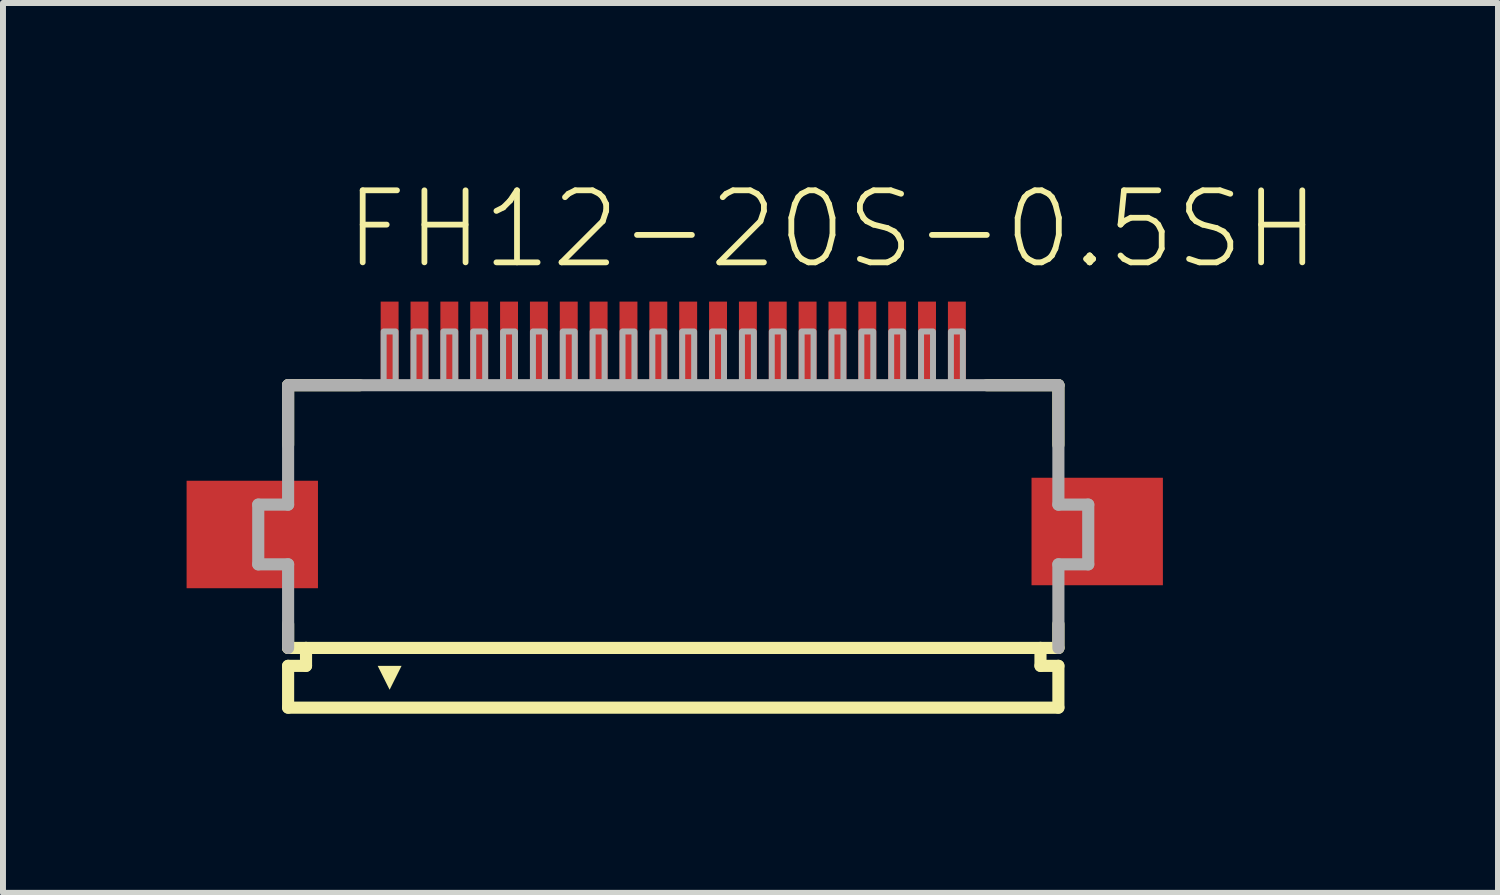
<source format=kicad_pcb>
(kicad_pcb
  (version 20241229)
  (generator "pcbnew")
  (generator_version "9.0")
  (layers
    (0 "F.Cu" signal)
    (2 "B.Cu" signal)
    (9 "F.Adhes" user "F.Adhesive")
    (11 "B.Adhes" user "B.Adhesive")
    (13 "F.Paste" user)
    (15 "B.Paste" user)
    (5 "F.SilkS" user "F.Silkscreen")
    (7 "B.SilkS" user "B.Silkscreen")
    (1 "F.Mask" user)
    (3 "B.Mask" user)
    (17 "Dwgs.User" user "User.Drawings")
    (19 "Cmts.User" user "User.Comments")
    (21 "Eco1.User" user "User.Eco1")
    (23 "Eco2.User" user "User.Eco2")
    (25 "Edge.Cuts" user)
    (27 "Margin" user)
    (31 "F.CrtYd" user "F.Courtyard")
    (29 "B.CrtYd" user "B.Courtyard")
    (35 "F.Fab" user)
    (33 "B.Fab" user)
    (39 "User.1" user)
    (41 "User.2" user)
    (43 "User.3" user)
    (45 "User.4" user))
  (footprint "FH12-20S-0.5SH"
    (layer "F.Cu")
    (at 8.225 5.901)
    (property "Reference" "FH12-20S-0.5SH" (at -5.552 -4.405 180) (layer "F.SilkS") (effects (font (size 1.206 1.206) (thickness 0.097)) (justify left bottom)))
    (attr through_hole)
    (fp_poly (pts (xy -8.15 -0.9) (xy -8.15 0.9) (xy -5.95 0.9) (xy -5.95 -0.9)) (stroke (width 0) (type solid)) (fill yes) (layer "F.Cu"))
    (fp_poly (pts (xy 6 -0.95) (xy 6 0.85) (xy 8.2 0.85) (xy 8.2 -0.95)) (stroke (width 0) (type solid)) (fill yes) (layer "F.Cu"))
    (fp_poly (pts (xy -8.225 -0.95) (xy -8.225 0.95) (xy -5.875 0.95) (xy -5.875 -0.95)) (stroke (width 0) (type solid)) (fill yes) (layer "F.Mask"))
    (fp_poly (pts (xy -4.95 -2.55) (xy -4.55 -2.55) (xy -4.55 -3.95) (xy -4.95 -3.95)) (stroke (width 0) (type solid)) (fill yes) (layer "F.Mask"))
    (fp_poly (pts (xy -4.45 -2.55) (xy -4.05 -2.55) (xy -4.05 -3.95) (xy -4.45 -3.95)) (stroke (width 0) (type solid)) (fill yes) (layer "F.Mask"))
    (fp_poly (pts (xy -3.95 -2.55) (xy -3.55 -2.55) (xy -3.55 -3.95) (xy -3.95 -3.95)) (stroke (width 0) (type solid)) (fill yes) (layer "F.Mask"))
    (fp_poly (pts (xy -3.45 -2.55) (xy -3.05 -2.55) (xy -3.05 -3.95) (xy -3.45 -3.95)) (stroke (width 0) (type solid)) (fill yes) (layer "F.Mask"))
    (fp_poly (pts (xy -2.95 -2.55) (xy -2.55 -2.55) (xy -2.55 -3.95) (xy -2.95 -3.95)) (stroke (width 0) (type solid)) (fill yes) (layer "F.Mask"))
    (fp_poly (pts (xy -2.45 -2.55) (xy -2.05 -2.55) (xy -2.05 -3.95) (xy -2.45 -3.95)) (stroke (width 0) (type solid)) (fill yes) (layer "F.Mask"))
    (fp_poly (pts (xy -1.95 -2.55) (xy -1.55 -2.55) (xy -1.55 -3.95) (xy -1.95 -3.95)) (stroke (width 0) (type solid)) (fill yes) (layer "F.Mask"))
    (fp_poly (pts (xy -1.45 -2.55) (xy -1.05 -2.55) (xy -1.05 -3.95) (xy -1.45 -3.95)) (stroke (width 0) (type solid)) (fill yes) (layer "F.Mask"))
    (fp_poly (pts (xy -0.95 -2.55) (xy -0.55 -2.55) (xy -0.55 -3.95) (xy -0.95 -3.95)) (stroke (width 0) (type solid)) (fill yes) (layer "F.Mask"))
    (fp_poly (pts (xy -0.45 -2.55) (xy -0.05 -2.55) (xy -0.05 -3.95) (xy -0.45 -3.95)) (stroke (width 0) (type solid)) (fill yes) (layer "F.Mask"))
    (fp_poly (pts (xy 0.05 -2.55) (xy 0.45 -2.55) (xy 0.45 -3.95) (xy 0.05 -3.95)) (stroke (width 0) (type solid)) (fill yes) (layer "F.Mask"))
    (fp_poly (pts (xy 0.55 -2.55) (xy 0.95 -2.55) (xy 0.95 -3.95) (xy 0.55 -3.95)) (stroke (width 0) (type solid)) (fill yes) (layer "F.Mask"))
    (fp_poly (pts (xy 1.05 -2.55) (xy 1.45 -2.55) (xy 1.45 -3.95) (xy 1.05 -3.95)) (stroke (width 0) (type solid)) (fill yes) (layer "F.Mask"))
    (fp_poly (pts (xy 1.55 -2.55) (xy 1.95 -2.55) (xy 1.95 -3.95) (xy 1.55 -3.95)) (stroke (width 0) (type solid)) (fill yes) (layer "F.Mask"))
    (fp_poly (pts (xy 2.05 -2.55) (xy 2.45 -2.55) (xy 2.45 -3.95) (xy 2.05 -3.95)) (stroke (width 0) (type solid)) (fill yes) (layer "F.Mask"))
    (fp_poly (pts (xy 2.55 -2.55) (xy 2.95 -2.55) (xy 2.95 -3.95) (xy 2.55 -3.95)) (stroke (width 0) (type solid)) (fill yes) (layer "F.Mask"))
    (fp_poly (pts (xy 3.05 -2.55) (xy 3.45 -2.55) (xy 3.45 -3.95) (xy 3.05 -3.95)) (stroke (width 0) (type solid)) (fill yes) (layer "F.Mask"))
    (fp_poly (pts (xy 3.55 -2.55) (xy 3.95 -2.55) (xy 3.95 -3.95) (xy 3.55 -3.95)) (stroke (width 0) (type solid)) (fill yes) (layer "F.Mask"))
    (fp_poly (pts (xy 4.05 -2.55) (xy 4.45 -2.55) (xy 4.45 -3.95) (xy 4.05 -3.95)) (stroke (width 0) (type solid)) (fill yes) (layer "F.Mask"))
    (fp_poly (pts (xy 4.55 -2.55) (xy 4.95 -2.55) (xy 4.95 -3.95) (xy 4.55 -3.95)) (stroke (width 0) (type solid)) (fill yes) (layer "F.Mask"))
    (fp_poly (pts (xy 5.925 -1) (xy 5.925 0.9) (xy 8.275 0.9) (xy 8.275 -1)) (stroke (width 0) (type solid)) (fill yes) (layer "F.Mask"))
    (fp_line (start -6.45 -2.5) (end -6.45 -1.5) (stroke (width 0.203) (type solid)) (layer "F.SilkS"))
    (fp_line (start -6.45 1.5) (end -6.45 1.9) (stroke (width 0.203) (type solid)) (layer "F.SilkS"))
    (fp_line (start -6.45 1.9) (end -6.15 1.9) (stroke (width 0.203) (type solid)) (layer "F.SilkS"))
    (fp_line (start -6.45 2.2) (end -6.45 2.9) (stroke (width 0.203) (type solid)) (layer "F.SilkS"))
    (fp_line (start -6.15 1.9) (end -6.15 2.2) (stroke (width 0.203) (type solid)) (layer "F.SilkS"))
    (fp_line (start -6.15 2.2) (end -6.45 2.2) (stroke (width 0.203) (type solid)) (layer "F.SilkS"))
    (fp_line (start -5.25 -2.5) (end -6.45 -2.5) (stroke (width 0.203) (type solid)) (layer "F.SilkS"))
    (fp_line (start 6.15 1.9) (end -6.15 1.9) (stroke (width 0.203) (type solid)) (layer "F.SilkS"))
    (fp_line (start 6.15 1.9) (end 6.45 1.9) (stroke (width 0.203) (type solid)) (layer "F.SilkS"))
    (fp_line (start 6.15 2.2) (end 6.15 1.9) (stroke (width 0.203) (type solid)) (layer "F.SilkS"))
    (fp_line (start 6.45 -2.5) (end 5.25 -2.5) (stroke (width 0.203) (type solid)) (layer "F.SilkS"))
    (fp_line (start 6.45 -1.5) (end 6.45 -2.5) (stroke (width 0.203) (type solid)) (layer "F.SilkS"))
    (fp_line (start 6.45 1.9) (end 6.45 1.5) (stroke (width 0.203) (type solid)) (layer "F.SilkS"))
    (fp_line (start 6.45 2.2) (end 6.15 2.2) (stroke (width 0.203) (type solid)) (layer "F.SilkS"))
    (fp_line (start 6.45 2.9) (end -6.45 2.9) (stroke (width 0.203) (type solid)) (layer "F.SilkS"))
    (fp_line (start 6.45 2.9) (end 6.45 2.2) (stroke (width 0.203) (type solid)) (layer "F.SilkS"))
    (fp_poly (pts (xy -4.95 2.2) (xy -4.75 2.6) (xy -4.55 2.2)) (stroke (width 0) (type solid)) (fill yes) (layer "F.SilkS"))
    (fp_poly (pts (xy -8.075 -0.825) (xy -8.075 0.825) (xy -6.025 0.825) (xy -6.025 -0.825)) (stroke (width 0) (type solid)) (fill yes) (layer "F.Paste"))
    (fp_poly (pts (xy -4.875 -2.625) (xy -4.625 -2.625) (xy -4.625 -3.875) (xy -4.875 -3.875)) (stroke (width 0) (type solid)) (fill yes) (layer "F.Paste"))
    (fp_poly (pts (xy -4.375 -2.625) (xy -4.125 -2.625) (xy -4.125 -3.875) (xy -4.375 -3.875)) (stroke (width 0) (type solid)) (fill yes) (layer "F.Paste"))
    (fp_poly (pts (xy -3.875 -2.625) (xy -3.625 -2.625) (xy -3.625 -3.875) (xy -3.875 -3.875)) (stroke (width 0) (type solid)) (fill yes) (layer "F.Paste"))
    (fp_poly (pts (xy -3.375 -2.625) (xy -3.125 -2.625) (xy -3.125 -3.875) (xy -3.375 -3.875)) (stroke (width 0) (type solid)) (fill yes) (layer "F.Paste"))
    (fp_poly (pts (xy -2.875 -2.625) (xy -2.625 -2.625) (xy -2.625 -3.875) (xy -2.875 -3.875)) (stroke (width 0) (type solid)) (fill yes) (layer "F.Paste"))
    (fp_poly (pts (xy -2.375 -2.625) (xy -2.125 -2.625) (xy -2.125 -3.875) (xy -2.375 -3.875)) (stroke (width 0) (type solid)) (fill yes) (layer "F.Paste"))
    (fp_poly (pts (xy -1.875 -2.625) (xy -1.625 -2.625) (xy -1.625 -3.875) (xy -1.875 -3.875)) (stroke (width 0) (type solid)) (fill yes) (layer "F.Paste"))
    (fp_poly (pts (xy -1.375 -2.625) (xy -1.125 -2.625) (xy -1.125 -3.875) (xy -1.375 -3.875)) (stroke (width 0) (type solid)) (fill yes) (layer "F.Paste"))
    (fp_poly (pts (xy -0.875 -2.625) (xy -0.625 -2.625) (xy -0.625 -3.875) (xy -0.875 -3.875)) (stroke (width 0) (type solid)) (fill yes) (layer "F.Paste"))
    (fp_poly (pts (xy -0.375 -2.625) (xy -0.125 -2.625) (xy -0.125 -3.875) (xy -0.375 -3.875)) (stroke (width 0) (type solid)) (fill yes) (layer "F.Paste"))
    (fp_poly (pts (xy 0.125 -2.625) (xy 0.375 -2.625) (xy 0.375 -3.875) (xy 0.125 -3.875)) (stroke (width 0) (type solid)) (fill yes) (layer "F.Paste"))
    (fp_poly (pts (xy 0.625 -2.625) (xy 0.875 -2.625) (xy 0.875 -3.875) (xy 0.625 -3.875)) (stroke (width 0) (type solid)) (fill yes) (layer "F.Paste"))
    (fp_poly (pts (xy 1.125 -2.625) (xy 1.375 -2.625) (xy 1.375 -3.875) (xy 1.125 -3.875)) (stroke (width 0) (type solid)) (fill yes) (layer "F.Paste"))
    (fp_poly (pts (xy 1.625 -2.625) (xy 1.875 -2.625) (xy 1.875 -3.875) (xy 1.625 -3.875)) (stroke (width 0) (type solid)) (fill yes) (layer "F.Paste"))
    (fp_poly (pts (xy 2.125 -2.625) (xy 2.375 -2.625) (xy 2.375 -3.875) (xy 2.125 -3.875)) (stroke (width 0) (type solid)) (fill yes) (layer "F.Paste"))
    (fp_poly (pts (xy 2.625 -2.625) (xy 2.875 -2.625) (xy 2.875 -3.875) (xy 2.625 -3.875)) (stroke (width 0) (type solid)) (fill yes) (layer "F.Paste"))
    (fp_poly (pts (xy 3.125 -2.625) (xy 3.375 -2.625) (xy 3.375 -3.875) (xy 3.125 -3.875)) (stroke (width 0) (type solid)) (fill yes) (layer "F.Paste"))
    (fp_poly (pts (xy 3.625 -2.625) (xy 3.875 -2.625) (xy 3.875 -3.875) (xy 3.625 -3.875)) (stroke (width 0) (type solid)) (fill yes) (layer "F.Paste"))
    (fp_poly (pts (xy 4.125 -2.625) (xy 4.375 -2.625) (xy 4.375 -3.875) (xy 4.125 -3.875)) (stroke (width 0) (type solid)) (fill yes) (layer "F.Paste"))
    (fp_poly (pts (xy 4.625 -2.625) (xy 4.875 -2.625) (xy 4.875 -3.875) (xy 4.625 -3.875)) (stroke (width 0) (type solid)) (fill yes) (layer "F.Paste"))
    (fp_poly (pts (xy 6.075 -0.875) (xy 6.075 0.775) (xy 8.125 0.775) (xy 8.125 -0.875)) (stroke (width 0) (type solid)) (fill yes) (layer "F.Paste"))
    (fp_line (start -6.95 -0.5) (end -6.95 0.5) (stroke (width 0.203) (type solid)) (layer "F.Fab"))
    (fp_line (start -6.95 0.5) (end -6.45 0.5) (stroke (width 0.203) (type solid)) (layer "F.Fab"))
    (fp_line (start -6.45 -2.5) (end -6.45 -0.5) (stroke (width 0.203) (type solid)) (layer "F.Fab"))
    (fp_line (start -6.45 -0.5) (end -6.95 -0.5) (stroke (width 0.203) (type solid)) (layer "F.Fab"))
    (fp_line (start -6.45 0.5) (end -6.45 1.9) (stroke (width 0.203) (type solid)) (layer "F.Fab"))
    (fp_line (start 6.45 -2.5) (end -6.45 -2.5) (stroke (width 0.203) (type solid)) (layer "F.Fab"))
    (fp_line (start 6.45 -0.5) (end 6.45 -2.5) (stroke (width 0.203) (type solid)) (layer "F.Fab"))
    (fp_line (start 6.45 0.5) (end 6.95 0.5) (stroke (width 0.203) (type solid)) (layer "F.Fab"))
    (fp_line (start 6.45 1.9) (end 6.45 0.5) (stroke (width 0.203) (type solid)) (layer "F.Fab"))
    (fp_line (start 6.95 -0.5) (end 6.45 -0.5) (stroke (width 0.203) (type solid)) (layer "F.Fab"))
    (fp_line (start 6.95 0.5) (end 6.95 -0.5) (stroke (width 0.203) (type solid)) (layer "F.Fab"))
    (fp_poly (pts (xy -4.85 -2.55) (xy -4.65 -2.55) (xy -4.65 -3.4) (xy -4.85 -3.4)) (stroke (width 0.1) (type solid)) (fill no) (layer "F.Fab"))
    (fp_poly (pts (xy -4.35 -2.55) (xy -4.15 -2.55) (xy -4.15 -3.4) (xy -4.35 -3.4)) (stroke (width 0.1) (type solid)) (fill no) (layer "F.Fab"))
    (fp_poly (pts (xy -3.85 -2.55) (xy -3.65 -2.55) (xy -3.65 -3.4) (xy -3.85 -3.4)) (stroke (width 0.1) (type solid)) (fill no) (layer "F.Fab"))
    (fp_poly (pts (xy -3.35 -2.55) (xy -3.15 -2.55) (xy -3.15 -3.4) (xy -3.35 -3.4)) (stroke (width 0.1) (type solid)) (fill no) (layer "F.Fab"))
    (fp_poly (pts (xy -2.85 -2.55) (xy -2.65 -2.55) (xy -2.65 -3.4) (xy -2.85 -3.4)) (stroke (width 0.1) (type solid)) (fill no) (layer "F.Fab"))
    (fp_poly (pts (xy -2.35 -2.55) (xy -2.15 -2.55) (xy -2.15 -3.4) (xy -2.35 -3.4)) (stroke (width 0.1) (type solid)) (fill no) (layer "F.Fab"))
    (fp_poly (pts (xy -1.85 -2.55) (xy -1.65 -2.55) (xy -1.65 -3.4) (xy -1.85 -3.4)) (stroke (width 0.1) (type solid)) (fill no) (layer "F.Fab"))
    (fp_poly (pts (xy -1.35 -2.55) (xy -1.15 -2.55) (xy -1.15 -3.4) (xy -1.35 -3.4)) (stroke (width 0.1) (type solid)) (fill no) (layer "F.Fab"))
    (fp_poly (pts (xy -0.85 -2.55) (xy -0.65 -2.55) (xy -0.65 -3.4) (xy -0.85 -3.4)) (stroke (width 0.1) (type solid)) (fill no) (layer "F.Fab"))
    (fp_poly (pts (xy -0.35 -2.55) (xy -0.15 -2.55) (xy -0.15 -3.4) (xy -0.35 -3.4)) (stroke (width 0.1) (type solid)) (fill no) (layer "F.Fab"))
    (fp_poly (pts (xy 0.15 -2.55) (xy 0.35 -2.55) (xy 0.35 -3.4) (xy 0.15 -3.4)) (stroke (width 0.1) (type solid)) (fill no) (layer "F.Fab"))
    (fp_poly (pts (xy 0.65 -2.55) (xy 0.85 -2.55) (xy 0.85 -3.4) (xy 0.65 -3.4)) (stroke (width 0.1) (type solid)) (fill no) (layer "F.Fab"))
    (fp_poly (pts (xy 1.15 -2.55) (xy 1.35 -2.55) (xy 1.35 -3.4) (xy 1.15 -3.4)) (stroke (width 0.1) (type solid)) (fill no) (layer "F.Fab"))
    (fp_poly (pts (xy 1.65 -2.55) (xy 1.85 -2.55) (xy 1.85 -3.4) (xy 1.65 -3.4)) (stroke (width 0.1) (type solid)) (fill no) (layer "F.Fab"))
    (fp_poly (pts (xy 2.15 -2.55) (xy 2.35 -2.55) (xy 2.35 -3.4) (xy 2.15 -3.4)) (stroke (width 0.1) (type solid)) (fill no) (layer "F.Fab"))
    (fp_poly (pts (xy 2.65 -2.55) (xy 2.85 -2.55) (xy 2.85 -3.4) (xy 2.65 -3.4)) (stroke (width 0.1) (type solid)) (fill no) (layer "F.Fab"))
    (fp_poly (pts (xy 3.15 -2.55) (xy 3.35 -2.55) (xy 3.35 -3.4) (xy 3.15 -3.4)) (stroke (width 0.1) (type solid)) (fill no) (layer "F.Fab"))
    (fp_poly (pts (xy 3.65 -2.55) (xy 3.85 -2.55) (xy 3.85 -3.4) (xy 3.65 -3.4)) (stroke (width 0.1) (type solid)) (fill no) (layer "F.Fab"))
    (fp_poly (pts (xy 4.15 -2.55) (xy 4.35 -2.55) (xy 4.35 -3.4) (xy 4.15 -3.4)) (stroke (width 0.1) (type solid)) (fill no) (layer "F.Fab"))
    (fp_poly (pts (xy 4.65 -2.55) (xy 4.85 -2.55) (xy 4.85 -3.4) (xy 4.65 -3.4)) (stroke (width 0.1) (type solid)) (fill no) (layer "F.Fab"))
    (pad "1" smd rect (at -4.75 -3.25) (size 0.3 1.3) (layers "F.Cu" "F.Mask"))
    (pad "2" smd rect (at -4.25 -3.25) (size 0.3 1.3) (layers "F.Cu" "F.Mask"))
    (pad "3" smd rect (at -3.75 -3.25) (size 0.3 1.3) (layers "F.Cu" "F.Mask"))
    (pad "4" smd rect (at -3.25 -3.25) (size 0.3 1.3) (layers "F.Cu" "F.Mask"))
    (pad "5" smd rect (at -2.75 -3.25) (size 0.3 1.3) (layers "F.Cu" "F.Mask"))
    (pad "6" smd rect (at -2.25 -3.25) (size 0.3 1.3) (layers "F.Cu" "F.Mask"))
    (pad "7" smd rect (at -1.75 -3.25) (size 0.3 1.3) (layers "F.Cu" "F.Mask"))
    (pad "8" smd rect (at -1.25 -3.25) (size 0.3 1.3) (layers "F.Cu" "F.Mask"))
    (pad "9" smd rect (at -0.75 -3.25) (size 0.3 1.3) (layers "F.Cu" "F.Mask"))
    (pad "10" smd rect (at -0.25 -3.25) (size 0.3 1.3) (layers "F.Cu" "F.Mask"))
    (pad "11" smd rect (at 0.25 -3.25) (size 0.3 1.3) (layers "F.Cu" "F.Mask"))
    (pad "12" smd rect (at 0.75 -3.25) (size 0.3 1.3) (layers "F.Cu" "F.Mask"))
    (pad "13" smd rect (at 1.25 -3.25) (size 0.3 1.3) (layers "F.Cu" "F.Mask"))
    (pad "14" smd rect (at 1.75 -3.25) (size 0.3 1.3) (layers "F.Cu" "F.Mask"))
    (pad "15" smd rect (at 2.25 -3.25) (size 0.3 1.3) (layers "F.Cu" "F.Mask"))
    (pad "16" smd rect (at 2.75 -3.25) (size 0.3 1.3) (layers "F.Cu" "F.Mask"))
    (pad "17" smd rect (at 3.25 -3.25) (size 0.3 1.3) (layers "F.Cu" "F.Mask"))
    (pad "18" smd rect (at 3.75 -3.25) (size 0.3 1.3) (layers "F.Cu" "F.Mask"))
    (pad "19" smd rect (at 4.25 -3.25) (size 0.3 1.3) (layers "F.Cu" "F.Mask"))
    (pad "20" smd rect (at 4.75 -3.25) (size 0.3 1.3) (layers "F.Cu" "F.Mask")))
  (gr_rect
    (start -3 -3)
    (end 22.037 11.903)
    (stroke (width 0.1) (type default))
    (fill no)
    (layer "Edge.Cuts")))
</source>
